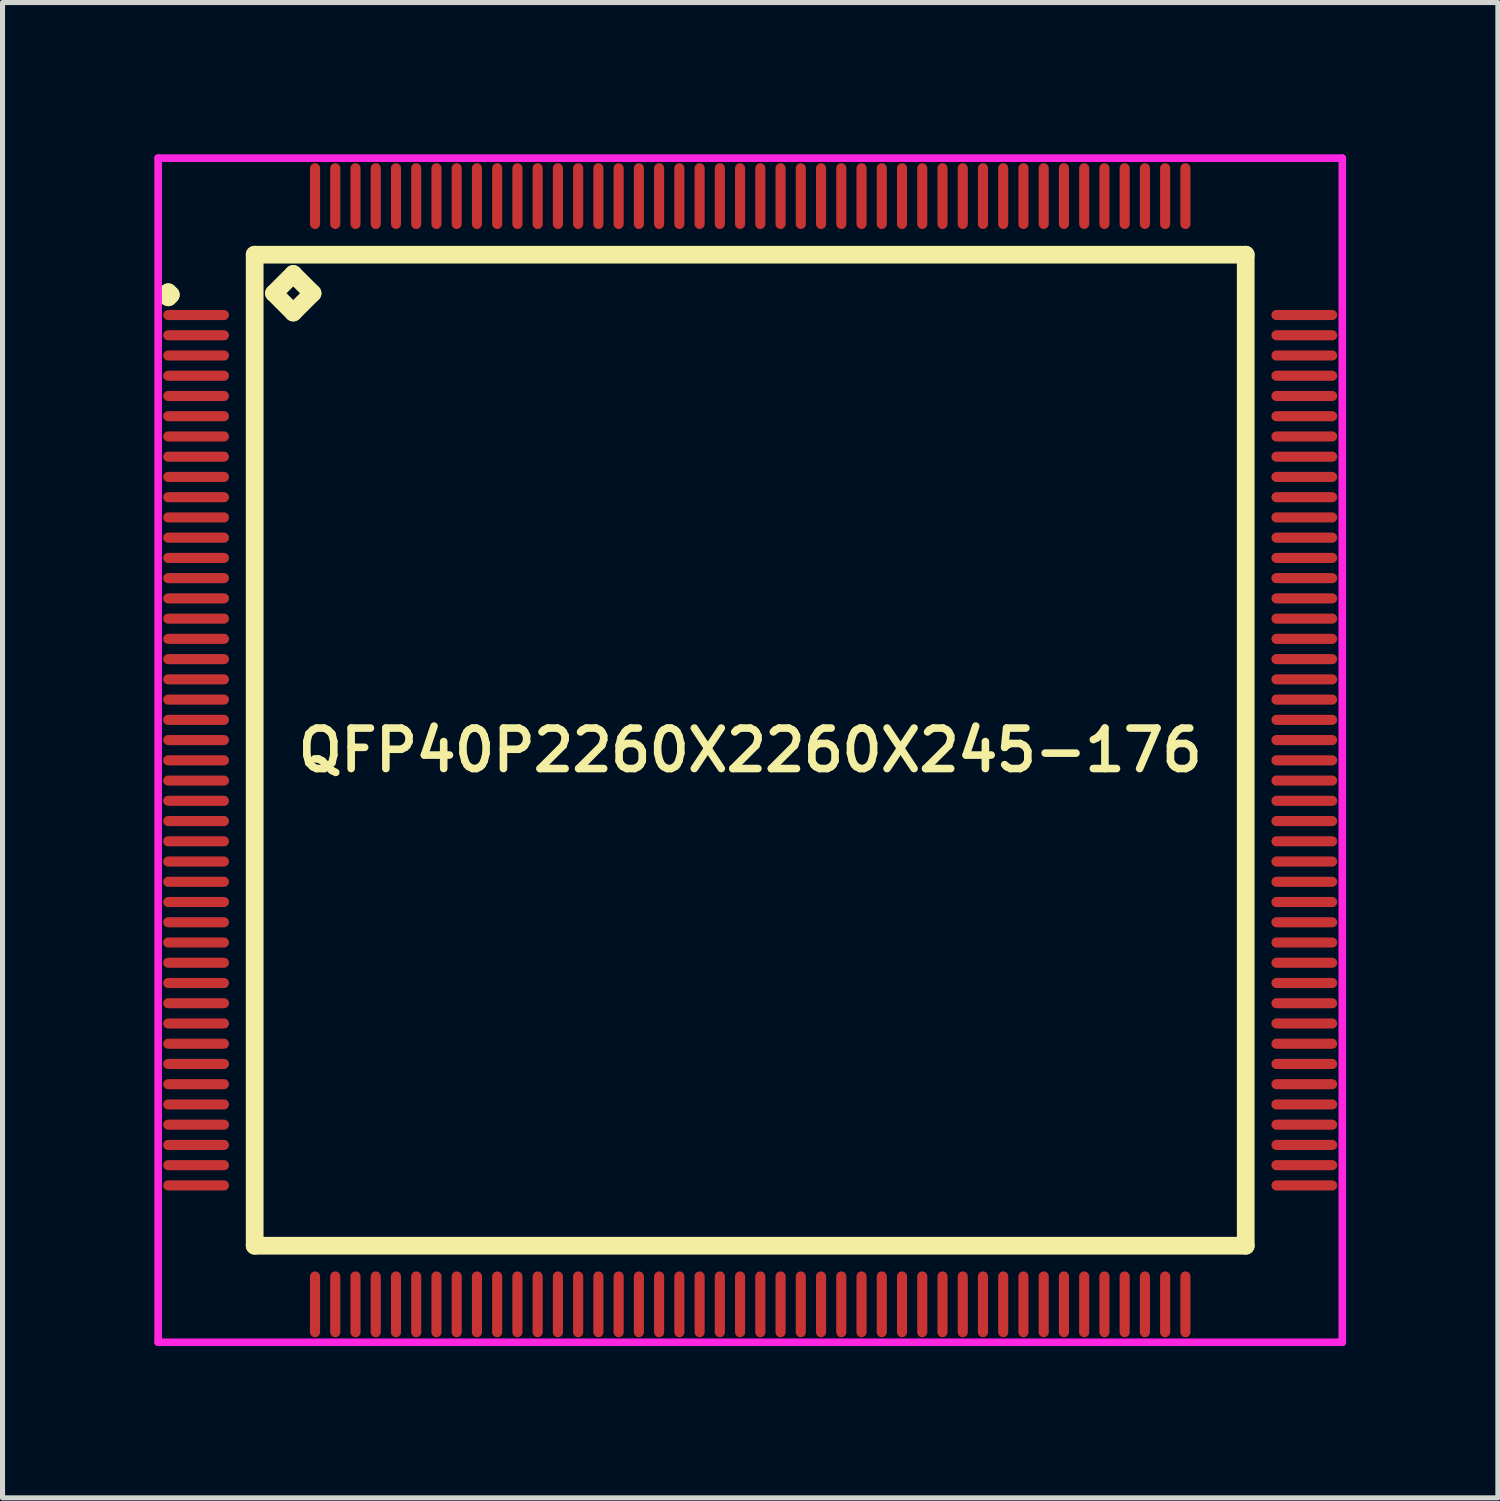
<source format=kicad_pcb>
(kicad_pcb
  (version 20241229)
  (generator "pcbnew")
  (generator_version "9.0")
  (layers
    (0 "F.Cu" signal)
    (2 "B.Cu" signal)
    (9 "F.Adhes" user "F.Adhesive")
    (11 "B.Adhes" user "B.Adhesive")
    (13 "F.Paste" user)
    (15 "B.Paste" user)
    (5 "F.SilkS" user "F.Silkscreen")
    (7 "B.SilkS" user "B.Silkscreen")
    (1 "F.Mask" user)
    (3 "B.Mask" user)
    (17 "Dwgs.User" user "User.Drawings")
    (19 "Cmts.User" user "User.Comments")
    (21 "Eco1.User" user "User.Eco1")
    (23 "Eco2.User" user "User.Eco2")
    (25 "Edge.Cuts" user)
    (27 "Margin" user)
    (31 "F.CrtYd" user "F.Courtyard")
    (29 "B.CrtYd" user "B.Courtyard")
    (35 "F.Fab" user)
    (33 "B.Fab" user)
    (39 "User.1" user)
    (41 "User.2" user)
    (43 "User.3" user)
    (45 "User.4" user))
  (footprint "QFP40P2260X2260X245-176"
    (layer "F.Cu")
    (at 11.775 11.775)
    (property "Reference" "QFP40P2260X2260X245-176" (at 0 0 0) (layer "F.SilkS") (effects (font (size 0.8 0.8) (thickness 0.15))))
    (attr through_hole)
    (fp_line (start -11.55 -9) (end -11.5 -9.05) (stroke (width 0.35) (type solid)) (layer "F.SilkS"))
    (fp_line (start -11.5 -9.05) (end -11.45 -9) (stroke (width 0.35) (type solid)) (layer "F.SilkS"))
    (fp_line (start -11.5 -8.95) (end -11.55 -9) (stroke (width 0.35) (type solid)) (layer "F.SilkS"))
    (fp_line (start -11.45 -9) (end -11.5 -8.95) (stroke (width 0.35) (type solid)) (layer "F.SilkS"))
    (fp_line (start -9.792 -9.792) (end -9.792 9.792) (stroke (width 0.35) (type solid)) (layer "F.SilkS"))
    (fp_line (start -9.792 9.792) (end 9.792 9.792) (stroke (width 0.35) (type solid)) (layer "F.SilkS"))
    (fp_line (start -9.411 -9.03) (end -9.03 -9.411) (stroke (width 0.35) (type solid)) (layer "F.SilkS"))
    (fp_line (start -9.03 -9.411) (end -8.649 -9.03) (stroke (width 0.35) (type solid)) (layer "F.SilkS"))
    (fp_line (start -9.03 -8.649) (end -9.411 -9.03) (stroke (width 0.35) (type solid)) (layer "F.SilkS"))
    (fp_line (start -8.649 -9.03) (end -9.03 -8.649) (stroke (width 0.35) (type solid)) (layer "F.SilkS"))
    (fp_line (start 9.792 -9.792) (end -9.792 -9.792) (stroke (width 0.35) (type solid)) (layer "F.SilkS"))
    (fp_line (start 9.792 9.792) (end 9.792 -9.792) (stroke (width 0.35) (type solid)) (layer "F.SilkS"))
    (fp_line (start -11.7 -11.7) (end 11.7 -11.7) (stroke (width 0.15) (type solid)) (layer "F.CrtYd"))
    (fp_line (start -11.7 11.7) (end -11.7 -11.7) (stroke (width 0.15) (type solid)) (layer "F.CrtYd"))
    (fp_line (start 11.7 -11.7) (end 11.7 11.7) (stroke (width 0.15) (type solid)) (layer "F.CrtYd"))
    (fp_line (start 11.7 11.7) (end -11.7 11.7) (stroke (width 0.15) (type solid)) (layer "F.CrtYd"))
    (pad "1" smd oval (at -10.95 -8.6) (size 1.3 0.2) (layers "F.Cu" "F.Mask" "F.Paste"))
    (pad "2" smd oval (at -10.95 -8.2) (size 1.3 0.2) (layers "F.Cu" "F.Mask" "F.Paste"))
    (pad "3" smd oval (at -10.95 -7.8) (size 1.3 0.2) (layers "F.Cu" "F.Mask" "F.Paste"))
    (pad "4" smd oval (at -10.95 -7.4) (size 1.3 0.2) (layers "F.Cu" "F.Mask" "F.Paste"))
    (pad "5" smd oval (at -10.95 -7) (size 1.3 0.2) (layers "F.Cu" "F.Mask" "F.Paste"))
    (pad "6" smd oval (at -10.95 -6.6) (size 1.3 0.2) (layers "F.Cu" "F.Mask" "F.Paste"))
    (pad "7" smd oval (at -10.95 -6.2) (size 1.3 0.2) (layers "F.Cu" "F.Mask" "F.Paste"))
    (pad "8" smd oval (at -10.95 -5.8) (size 1.3 0.2) (layers "F.Cu" "F.Mask" "F.Paste"))
    (pad "9" smd oval (at -10.95 -5.4) (size 1.3 0.2) (layers "F.Cu" "F.Mask" "F.Paste"))
    (pad "10" smd oval (at -10.95 -5) (size 1.3 0.2) (layers "F.Cu" "F.Mask" "F.Paste"))
    (pad "11" smd oval (at -10.95 -4.6) (size 1.3 0.2) (layers "F.Cu" "F.Mask" "F.Paste"))
    (pad "12" smd oval (at -10.95 -4.2) (size 1.3 0.2) (layers "F.Cu" "F.Mask" "F.Paste"))
    (pad "13" smd oval (at -10.95 -3.8) (size 1.3 0.2) (layers "F.Cu" "F.Mask" "F.Paste"))
    (pad "14" smd oval (at -10.95 -3.4) (size 1.3 0.2) (layers "F.Cu" "F.Mask" "F.Paste"))
    (pad "15" smd oval (at -10.95 -3) (size 1.3 0.2) (layers "F.Cu" "F.Mask" "F.Paste"))
    (pad "16" smd oval (at -10.95 -2.6) (size 1.3 0.2) (layers "F.Cu" "F.Mask" "F.Paste"))
    (pad "17" smd oval (at -10.95 -2.2) (size 1.3 0.2) (layers "F.Cu" "F.Mask" "F.Paste"))
    (pad "18" smd oval (at -10.95 -1.8) (size 1.3 0.2) (layers "F.Cu" "F.Mask" "F.Paste"))
    (pad "19" smd oval (at -10.95 -1.4) (size 1.3 0.2) (layers "F.Cu" "F.Mask" "F.Paste"))
    (pad "20" smd oval (at -10.95 -1) (size 1.3 0.2) (layers "F.Cu" "F.Mask" "F.Paste"))
    (pad "21" smd oval (at -10.95 -0.6) (size 1.3 0.2) (layers "F.Cu" "F.Mask" "F.Paste"))
    (pad "22" smd oval (at -10.95 -0.2) (size 1.3 0.2) (layers "F.Cu" "F.Mask" "F.Paste"))
    (pad "23" smd oval (at -10.95 0.2) (size 1.3 0.2) (layers "F.Cu" "F.Mask" "F.Paste"))
    (pad "24" smd oval (at -10.95 0.6) (size 1.3 0.2) (layers "F.Cu" "F.Mask" "F.Paste"))
    (pad "25" smd oval (at -10.95 1) (size 1.3 0.2) (layers "F.Cu" "F.Mask" "F.Paste"))
    (pad "26" smd oval (at -10.95 1.4) (size 1.3 0.2) (layers "F.Cu" "F.Mask" "F.Paste"))
    (pad "27" smd oval (at -10.95 1.8) (size 1.3 0.2) (layers "F.Cu" "F.Mask" "F.Paste"))
    (pad "28" smd oval (at -10.95 2.2) (size 1.3 0.2) (layers "F.Cu" "F.Mask" "F.Paste"))
    (pad "29" smd oval (at -10.95 2.6) (size 1.3 0.2) (layers "F.Cu" "F.Mask" "F.Paste"))
    (pad "30" smd oval (at -10.95 3) (size 1.3 0.2) (layers "F.Cu" "F.Mask" "F.Paste"))
    (pad "31" smd oval (at -10.95 3.4) (size 1.3 0.2) (layers "F.Cu" "F.Mask" "F.Paste"))
    (pad "32" smd oval (at -10.95 3.8) (size 1.3 0.2) (layers "F.Cu" "F.Mask" "F.Paste"))
    (pad "33" smd oval (at -10.95 4.2) (size 1.3 0.2) (layers "F.Cu" "F.Mask" "F.Paste"))
    (pad "34" smd oval (at -10.95 4.6) (size 1.3 0.2) (layers "F.Cu" "F.Mask" "F.Paste"))
    (pad "35" smd oval (at -10.95 5) (size 1.3 0.2) (layers "F.Cu" "F.Mask" "F.Paste"))
    (pad "36" smd oval (at -10.95 5.4) (size 1.3 0.2) (layers "F.Cu" "F.Mask" "F.Paste"))
    (pad "37" smd oval (at -10.95 5.8) (size 1.3 0.2) (layers "F.Cu" "F.Mask" "F.Paste"))
    (pad "38" smd oval (at -10.95 6.2) (size 1.3 0.2) (layers "F.Cu" "F.Mask" "F.Paste"))
    (pad "39" smd oval (at -10.95 6.6) (size 1.3 0.2) (layers "F.Cu" "F.Mask" "F.Paste"))
    (pad "40" smd oval (at -10.95 7) (size 1.3 0.2) (layers "F.Cu" "F.Mask" "F.Paste"))
    (pad "41" smd oval (at -10.95 7.4) (size 1.3 0.2) (layers "F.Cu" "F.Mask" "F.Paste"))
    (pad "42" smd oval (at -10.95 7.8) (size 1.3 0.2) (layers "F.Cu" "F.Mask" "F.Paste"))
    (pad "43" smd oval (at -10.95 8.2) (size 1.3 0.2) (layers "F.Cu" "F.Mask" "F.Paste"))
    (pad "44" smd oval (at -10.95 8.6) (size 1.3 0.2) (layers "F.Cu" "F.Mask" "F.Paste"))
    (pad "45" smd oval (at -8.6 10.95) (size 0.2 1.3) (layers "F.Cu" "F.Mask" "F.Paste"))
    (pad "46" smd oval (at -8.2 10.95) (size 0.2 1.3) (layers "F.Cu" "F.Mask" "F.Paste"))
    (pad "47" smd oval (at -7.8 10.95) (size 0.2 1.3) (layers "F.Cu" "F.Mask" "F.Paste"))
    (pad "48" smd oval (at -7.4 10.95) (size 0.2 1.3) (layers "F.Cu" "F.Mask" "F.Paste"))
    (pad "49" smd oval (at -7 10.95) (size 0.2 1.3) (layers "F.Cu" "F.Mask" "F.Paste"))
    (pad "50" smd oval (at -6.6 10.95) (size 0.2 1.3) (layers "F.Cu" "F.Mask" "F.Paste"))
    (pad "51" smd oval (at -6.2 10.95) (size 0.2 1.3) (layers "F.Cu" "F.Mask" "F.Paste"))
    (pad "52" smd oval (at -5.8 10.95) (size 0.2 1.3) (layers "F.Cu" "F.Mask" "F.Paste"))
    (pad "53" smd oval (at -5.4 10.95) (size 0.2 1.3) (layers "F.Cu" "F.Mask" "F.Paste"))
    (pad "54" smd oval (at -5 10.95) (size 0.2 1.3) (layers "F.Cu" "F.Mask" "F.Paste"))
    (pad "55" smd oval (at -4.6 10.95) (size 0.2 1.3) (layers "F.Cu" "F.Mask" "F.Paste"))
    (pad "56" smd oval (at -4.2 10.95) (size 0.2 1.3) (layers "F.Cu" "F.Mask" "F.Paste"))
    (pad "57" smd oval (at -3.8 10.95) (size 0.2 1.3) (layers "F.Cu" "F.Mask" "F.Paste"))
    (pad "58" smd oval (at -3.4 10.95) (size 0.2 1.3) (layers "F.Cu" "F.Mask" "F.Paste"))
    (pad "59" smd oval (at -3 10.95) (size 0.2 1.3) (layers "F.Cu" "F.Mask" "F.Paste"))
    (pad "60" smd oval (at -2.6 10.95) (size 0.2 1.3) (layers "F.Cu" "F.Mask" "F.Paste"))
    (pad "61" smd oval (at -2.2 10.95) (size 0.2 1.3) (layers "F.Cu" "F.Mask" "F.Paste"))
    (pad "62" smd oval (at -1.8 10.95) (size 0.2 1.3) (layers "F.Cu" "F.Mask" "F.Paste"))
    (pad "63" smd oval (at -1.4 10.95) (size 0.2 1.3) (layers "F.Cu" "F.Mask" "F.Paste"))
    (pad "64" smd oval (at -1 10.95) (size 0.2 1.3) (layers "F.Cu" "F.Mask" "F.Paste"))
    (pad "65" smd oval (at -0.6 10.95) (size 0.2 1.3) (layers "F.Cu" "F.Mask" "F.Paste"))
    (pad "66" smd oval (at -0.2 10.95) (size 0.2 1.3) (layers "F.Cu" "F.Mask" "F.Paste"))
    (pad "67" smd oval (at 0.2 10.95) (size 0.2 1.3) (layers "F.Cu" "F.Mask" "F.Paste"))
    (pad "68" smd oval (at 0.6 10.95) (size 0.2 1.3) (layers "F.Cu" "F.Mask" "F.Paste"))
    (pad "69" smd oval (at 1 10.95) (size 0.2 1.3) (layers "F.Cu" "F.Mask" "F.Paste"))
    (pad "70" smd oval (at 1.4 10.95) (size 0.2 1.3) (layers "F.Cu" "F.Mask" "F.Paste"))
    (pad "71" smd oval (at 1.8 10.95) (size 0.2 1.3) (layers "F.Cu" "F.Mask" "F.Paste"))
    (pad "72" smd oval (at 2.2 10.95) (size 0.2 1.3) (layers "F.Cu" "F.Mask" "F.Paste"))
    (pad "73" smd oval (at 2.6 10.95) (size 0.2 1.3) (layers "F.Cu" "F.Mask" "F.Paste"))
    (pad "74" smd oval (at 3 10.95) (size 0.2 1.3) (layers "F.Cu" "F.Mask" "F.Paste"))
    (pad "75" smd oval (at 3.4 10.95) (size 0.2 1.3) (layers "F.Cu" "F.Mask" "F.Paste"))
    (pad "76" smd oval (at 3.8 10.95) (size 0.2 1.3) (layers "F.Cu" "F.Mask" "F.Paste"))
    (pad "77" smd oval (at 4.2 10.95) (size 0.2 1.3) (layers "F.Cu" "F.Mask" "F.Paste"))
    (pad "78" smd oval (at 4.6 10.95) (size 0.2 1.3) (layers "F.Cu" "F.Mask" "F.Paste"))
    (pad "79" smd oval (at 5 10.95) (size 0.2 1.3) (layers "F.Cu" "F.Mask" "F.Paste"))
    (pad "80" smd oval (at 5.4 10.95) (size 0.2 1.3) (layers "F.Cu" "F.Mask" "F.Paste"))
    (pad "81" smd oval (at 5.8 10.95) (size 0.2 1.3) (layers "F.Cu" "F.Mask" "F.Paste"))
    (pad "82" smd oval (at 6.2 10.95) (size 0.2 1.3) (layers "F.Cu" "F.Mask" "F.Paste"))
    (pad "83" smd oval (at 6.6 10.95) (size 0.2 1.3) (layers "F.Cu" "F.Mask" "F.Paste"))
    (pad "84" smd oval (at 7 10.95) (size 0.2 1.3) (layers "F.Cu" "F.Mask" "F.Paste"))
    (pad "85" smd oval (at 7.4 10.95) (size 0.2 1.3) (layers "F.Cu" "F.Mask" "F.Paste"))
    (pad "86" smd oval (at 7.8 10.95) (size 0.2 1.3) (layers "F.Cu" "F.Mask" "F.Paste"))
    (pad "87" smd oval (at 8.2 10.95) (size 0.2 1.3) (layers "F.Cu" "F.Mask" "F.Paste"))
    (pad "88" smd oval (at 8.6 10.95) (size 0.2 1.3) (layers "F.Cu" "F.Mask" "F.Paste"))
    (pad "89" smd oval (at 10.95 8.6) (size 1.3 0.2) (layers "F.Cu" "F.Mask" "F.Paste"))
    (pad "90" smd oval (at 10.95 8.2) (size 1.3 0.2) (layers "F.Cu" "F.Mask" "F.Paste"))
    (pad "91" smd oval (at 10.95 7.8) (size 1.3 0.2) (layers "F.Cu" "F.Mask" "F.Paste"))
    (pad "92" smd oval (at 10.95 7.4) (size 1.3 0.2) (layers "F.Cu" "F.Mask" "F.Paste"))
    (pad "93" smd oval (at 10.95 7) (size 1.3 0.2) (layers "F.Cu" "F.Mask" "F.Paste"))
    (pad "94" smd oval (at 10.95 6.6) (size 1.3 0.2) (layers "F.Cu" "F.Mask" "F.Paste"))
    (pad "95" smd oval (at 10.95 6.2) (size 1.3 0.2) (layers "F.Cu" "F.Mask" "F.Paste"))
    (pad "96" smd oval (at 10.95 5.8) (size 1.3 0.2) (layers "F.Cu" "F.Mask" "F.Paste"))
    (pad "97" smd oval (at 10.95 5.4) (size 1.3 0.2) (layers "F.Cu" "F.Mask" "F.Paste"))
    (pad "98" smd oval (at 10.95 5) (size 1.3 0.2) (layers "F.Cu" "F.Mask" "F.Paste"))
    (pad "99" smd oval (at 10.95 4.6) (size 1.3 0.2) (layers "F.Cu" "F.Mask" "F.Paste"))
    (pad "100" smd oval (at 10.95 4.2) (size 1.3 0.2) (layers "F.Cu" "F.Mask" "F.Paste"))
    (pad "101" smd oval (at 10.95 3.8) (size 1.3 0.2) (layers "F.Cu" "F.Mask" "F.Paste"))
    (pad "102" smd oval (at 10.95 3.4) (size 1.3 0.2) (layers "F.Cu" "F.Mask" "F.Paste"))
    (pad "103" smd oval (at 10.95 3) (size 1.3 0.2) (layers "F.Cu" "F.Mask" "F.Paste"))
    (pad "104" smd oval (at 10.95 2.6) (size 1.3 0.2) (layers "F.Cu" "F.Mask" "F.Paste"))
    (pad "105" smd oval (at 10.95 2.2) (size 1.3 0.2) (layers "F.Cu" "F.Mask" "F.Paste"))
    (pad "106" smd oval (at 10.95 1.8) (size 1.3 0.2) (layers "F.Cu" "F.Mask" "F.Paste"))
    (pad "107" smd oval (at 10.95 1.4) (size 1.3 0.2) (layers "F.Cu" "F.Mask" "F.Paste"))
    (pad "108" smd oval (at 10.95 1) (size 1.3 0.2) (layers "F.Cu" "F.Mask" "F.Paste"))
    (pad "109" smd oval (at 10.95 0.6) (size 1.3 0.2) (layers "F.Cu" "F.Mask" "F.Paste"))
    (pad "110" smd oval (at 10.95 0.2) (size 1.3 0.2) (layers "F.Cu" "F.Mask" "F.Paste"))
    (pad "111" smd oval (at 10.95 -0.2) (size 1.3 0.2) (layers "F.Cu" "F.Mask" "F.Paste"))
    (pad "112" smd oval (at 10.95 -0.6) (size 1.3 0.2) (layers "F.Cu" "F.Mask" "F.Paste"))
    (pad "113" smd oval (at 10.95 -1) (size 1.3 0.2) (layers "F.Cu" "F.Mask" "F.Paste"))
    (pad "114" smd oval (at 10.95 -1.4) (size 1.3 0.2) (layers "F.Cu" "F.Mask" "F.Paste"))
    (pad "115" smd oval (at 10.95 -1.8) (size 1.3 0.2) (layers "F.Cu" "F.Mask" "F.Paste"))
    (pad "116" smd oval (at 10.95 -2.2) (size 1.3 0.2) (layers "F.Cu" "F.Mask" "F.Paste"))
    (pad "117" smd oval (at 10.95 -2.6) (size 1.3 0.2) (layers "F.Cu" "F.Mask" "F.Paste"))
    (pad "118" smd oval (at 10.95 -3) (size 1.3 0.2) (layers "F.Cu" "F.Mask" "F.Paste"))
    (pad "119" smd oval (at 10.95 -3.4) (size 1.3 0.2) (layers "F.Cu" "F.Mask" "F.Paste"))
    (pad "120" smd oval (at 10.95 -3.8) (size 1.3 0.2) (layers "F.Cu" "F.Mask" "F.Paste"))
    (pad "121" smd oval (at 10.95 -4.2) (size 1.3 0.2) (layers "F.Cu" "F.Mask" "F.Paste"))
    (pad "122" smd oval (at 10.95 -4.6) (size 1.3 0.2) (layers "F.Cu" "F.Mask" "F.Paste"))
    (pad "123" smd oval (at 10.95 -5) (size 1.3 0.2) (layers "F.Cu" "F.Mask" "F.Paste"))
    (pad "124" smd oval (at 10.95 -5.4) (size 1.3 0.2) (layers "F.Cu" "F.Mask" "F.Paste"))
    (pad "125" smd oval (at 10.95 -5.8) (size 1.3 0.2) (layers "F.Cu" "F.Mask" "F.Paste"))
    (pad "126" smd oval (at 10.95 -6.2) (size 1.3 0.2) (layers "F.Cu" "F.Mask" "F.Paste"))
    (pad "127" smd oval (at 10.95 -6.6) (size 1.3 0.2) (layers "F.Cu" "F.Mask" "F.Paste"))
    (pad "128" smd oval (at 10.95 -7) (size 1.3 0.2) (layers "F.Cu" "F.Mask" "F.Paste"))
    (pad "129" smd oval (at 10.95 -7.4) (size 1.3 0.2) (layers "F.Cu" "F.Mask" "F.Paste"))
    (pad "130" smd oval (at 10.95 -7.8) (size 1.3 0.2) (layers "F.Cu" "F.Mask" "F.Paste"))
    (pad "131" smd oval (at 10.95 -8.2) (size 1.3 0.2) (layers "F.Cu" "F.Mask" "F.Paste"))
    (pad "132" smd oval (at 10.95 -8.6) (size 1.3 0.2) (layers "F.Cu" "F.Mask" "F.Paste"))
    (pad "133" smd oval (at 8.6 -10.95) (size 0.2 1.3) (layers "F.Cu" "F.Mask" "F.Paste"))
    (pad "134" smd oval (at 8.2 -10.95) (size 0.2 1.3) (layers "F.Cu" "F.Mask" "F.Paste"))
    (pad "135" smd oval (at 7.8 -10.95) (size 0.2 1.3) (layers "F.Cu" "F.Mask" "F.Paste"))
    (pad "136" smd oval (at 7.4 -10.95) (size 0.2 1.3) (layers "F.Cu" "F.Mask" "F.Paste"))
    (pad "137" smd oval (at 7 -10.95) (size 0.2 1.3) (layers "F.Cu" "F.Mask" "F.Paste"))
    (pad "138" smd oval (at 6.6 -10.95) (size 0.2 1.3) (layers "F.Cu" "F.Mask" "F.Paste"))
    (pad "139" smd oval (at 6.2 -10.95) (size 0.2 1.3) (layers "F.Cu" "F.Mask" "F.Paste"))
    (pad "140" smd oval (at 5.8 -10.95) (size 0.2 1.3) (layers "F.Cu" "F.Mask" "F.Paste"))
    (pad "141" smd oval (at 5.4 -10.95) (size 0.2 1.3) (layers "F.Cu" "F.Mask" "F.Paste"))
    (pad "142" smd oval (at 5 -10.95) (size 0.2 1.3) (layers "F.Cu" "F.Mask" "F.Paste"))
    (pad "143" smd oval (at 4.6 -10.95) (size 0.2 1.3) (layers "F.Cu" "F.Mask" "F.Paste"))
    (pad "144" smd oval (at 4.2 -10.95) (size 0.2 1.3) (layers "F.Cu" "F.Mask" "F.Paste"))
    (pad "145" smd oval (at 3.8 -10.95) (size 0.2 1.3) (layers "F.Cu" "F.Mask" "F.Paste"))
    (pad "146" smd oval (at 3.4 -10.95) (size 0.2 1.3) (layers "F.Cu" "F.Mask" "F.Paste"))
    (pad "147" smd oval (at 3 -10.95) (size 0.2 1.3) (layers "F.Cu" "F.Mask" "F.Paste"))
    (pad "148" smd oval (at 2.6 -10.95) (size 0.2 1.3) (layers "F.Cu" "F.Mask" "F.Paste"))
    (pad "149" smd oval (at 2.2 -10.95) (size 0.2 1.3) (layers "F.Cu" "F.Mask" "F.Paste"))
    (pad "150" smd oval (at 1.8 -10.95) (size 0.2 1.3) (layers "F.Cu" "F.Mask" "F.Paste"))
    (pad "151" smd oval (at 1.4 -10.95) (size 0.2 1.3) (layers "F.Cu" "F.Mask" "F.Paste"))
    (pad "152" smd oval (at 1 -10.95) (size 0.2 1.3) (layers "F.Cu" "F.Mask" "F.Paste"))
    (pad "153" smd oval (at 0.6 -10.95) (size 0.2 1.3) (layers "F.Cu" "F.Mask" "F.Paste"))
    (pad "154" smd oval (at 0.2 -10.95) (size 0.2 1.3) (layers "F.Cu" "F.Mask" "F.Paste"))
    (pad "155" smd oval (at -0.2 -10.95) (size 0.2 1.3) (layers "F.Cu" "F.Mask" "F.Paste"))
    (pad "156" smd oval (at -0.6 -10.95) (size 0.2 1.3) (layers "F.Cu" "F.Mask" "F.Paste"))
    (pad "157" smd oval (at -1 -10.95) (size 0.2 1.3) (layers "F.Cu" "F.Mask" "F.Paste"))
    (pad "158" smd oval (at -1.4 -10.95) (size 0.2 1.3) (layers "F.Cu" "F.Mask" "F.Paste"))
    (pad "159" smd oval (at -1.8 -10.95) (size 0.2 1.3) (layers "F.Cu" "F.Mask" "F.Paste"))
    (pad "160" smd oval (at -2.2 -10.95) (size 0.2 1.3) (layers "F.Cu" "F.Mask" "F.Paste"))
    (pad "161" smd oval (at -2.6 -10.95) (size 0.2 1.3) (layers "F.Cu" "F.Mask" "F.Paste"))
    (pad "162" smd oval (at -3 -10.95) (size 0.2 1.3) (layers "F.Cu" "F.Mask" "F.Paste"))
    (pad "163" smd oval (at -3.4 -10.95) (size 0.2 1.3) (layers "F.Cu" "F.Mask" "F.Paste"))
    (pad "164" smd oval (at -3.8 -10.95) (size 0.2 1.3) (layers "F.Cu" "F.Mask" "F.Paste"))
    (pad "165" smd oval (at -4.2 -10.95) (size 0.2 1.3) (layers "F.Cu" "F.Mask" "F.Paste"))
    (pad "166" smd oval (at -4.6 -10.95) (size 0.2 1.3) (layers "F.Cu" "F.Mask" "F.Paste"))
    (pad "167" smd oval (at -5 -10.95) (size 0.2 1.3) (layers "F.Cu" "F.Mask" "F.Paste"))
    (pad "168" smd oval (at -5.4 -10.95) (size 0.2 1.3) (layers "F.Cu" "F.Mask" "F.Paste"))
    (pad "169" smd oval (at -5.8 -10.95) (size 0.2 1.3) (layers "F.Cu" "F.Mask" "F.Paste"))
    (pad "170" smd oval (at -6.2 -10.95) (size 0.2 1.3) (layers "F.Cu" "F.Mask" "F.Paste"))
    (pad "171" smd oval (at -6.6 -10.95) (size 0.2 1.3) (layers "F.Cu" "F.Mask" "F.Paste"))
    (pad "172" smd oval (at -7 -10.95) (size 0.2 1.3) (layers "F.Cu" "F.Mask" "F.Paste"))
    (pad "173" smd oval (at -7.4 -10.95) (size 0.2 1.3) (layers "F.Cu" "F.Mask" "F.Paste"))
    (pad "174" smd oval (at -7.8 -10.95) (size 0.2 1.3) (layers "F.Cu" "F.Mask" "F.Paste"))
    (pad "175" smd oval (at -8.2 -10.95) (size 0.2 1.3) (layers "F.Cu" "F.Mask" "F.Paste"))
    (pad "176" smd oval (at -8.6 -10.95) (size 0.2 1.3) (layers "F.Cu" "F.Mask" "F.Paste")))
  (gr_rect
    (start -3 -3)
    (end 26.55 26.55)
    (stroke (width 0.1) (type default))
    (fill no)
    (layer "Edge.Cuts")))
</source>
